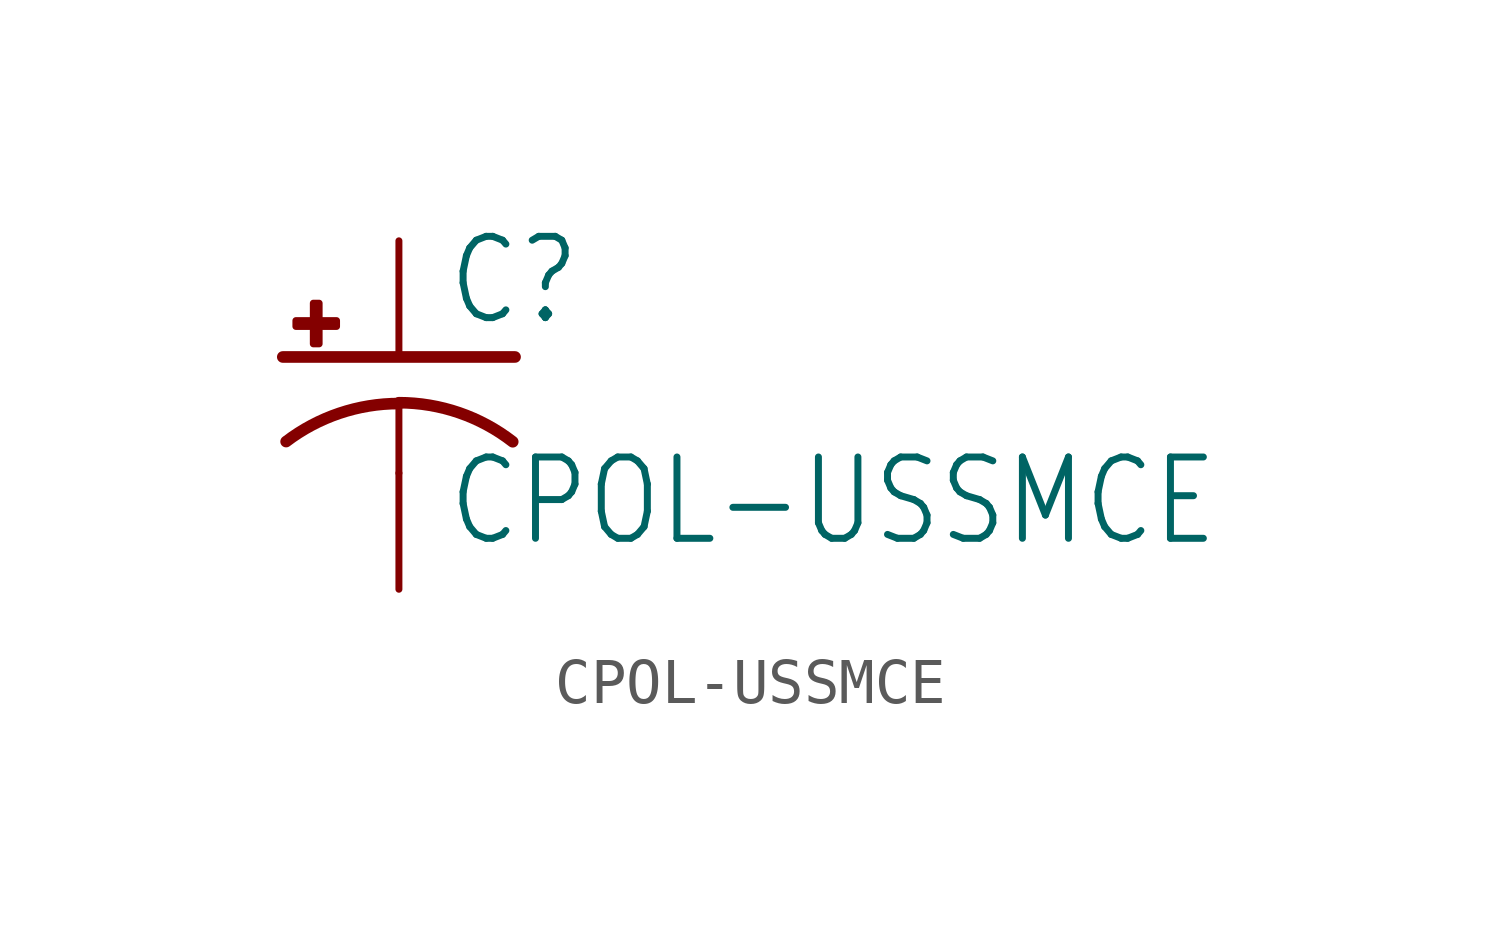
<source format=kicad_sym>
(kicad_symbol_lib
  (version 20211014)
  (generator kicad_symbol_editor)
  (symbol "CPOL-USSMCE"
    (property "Reference" "C"
      (at 1.016 0.635 0)
      (effects (font (size 1.778 1.511)) (justify left bottom)))
    (property "Value" "CPOL-USSMCE"
      (at 1.016 -4.191 0)
      (effects (font (size 1.778 1.511)) (justify left bottom)))
    (property "ki_locked" ""
      (at 0 0 0)
      (effects (font (size 1.27 1.27))))
    (symbol "CPOL-USSMCE_1_0"
      (rectangle (start -2.253 0.668) (end -1.364 0.795) (stroke (width 0) (type default) (color 0 0 0 0)) (fill (type outline)))
      (rectangle (start -1.872 0.287) (end -1.745 1.176) (stroke (width 0) (type default) (color 0 0 0 0)) (fill (type outline)))
      (arc (start 0 -1.0161) (mid -1.3021 -1.2302) (end -2.4669 -1.8504) (stroke (width 0.254) (type default) (color 0 0 0 0)) (fill (type none)))
      (polyline (pts (xy -2.54 0) (xy 2.54 0)) (stroke (width 0.254) (type default) (color 0 0 0 0)) (fill (type none)))
      (polyline (pts (xy 0 -1.016) (xy 0 -2.54)) (stroke (width 0.152) (type default) (color 0 0 0 0)) (fill (type none)))
      (arc (start 2.4892 -1.8542) (mid 1.3158 -1.2195) (end 0 -1) (stroke (width 0.254) (type default) (color 0 0 0 0)) (fill (type none)))
      (pin passive line (at 0 2.54 270) (length 2.54) (name "+" (effects (font (size 0 0)))) (number "+" (effects (font (size 0 0)))))
      (pin passive line (at 0 -5.08 90) (length 2.54) (name "-" (effects (font (size 0 0)))) (number "-" (effects (font (size 0 0))))))))
</source>
